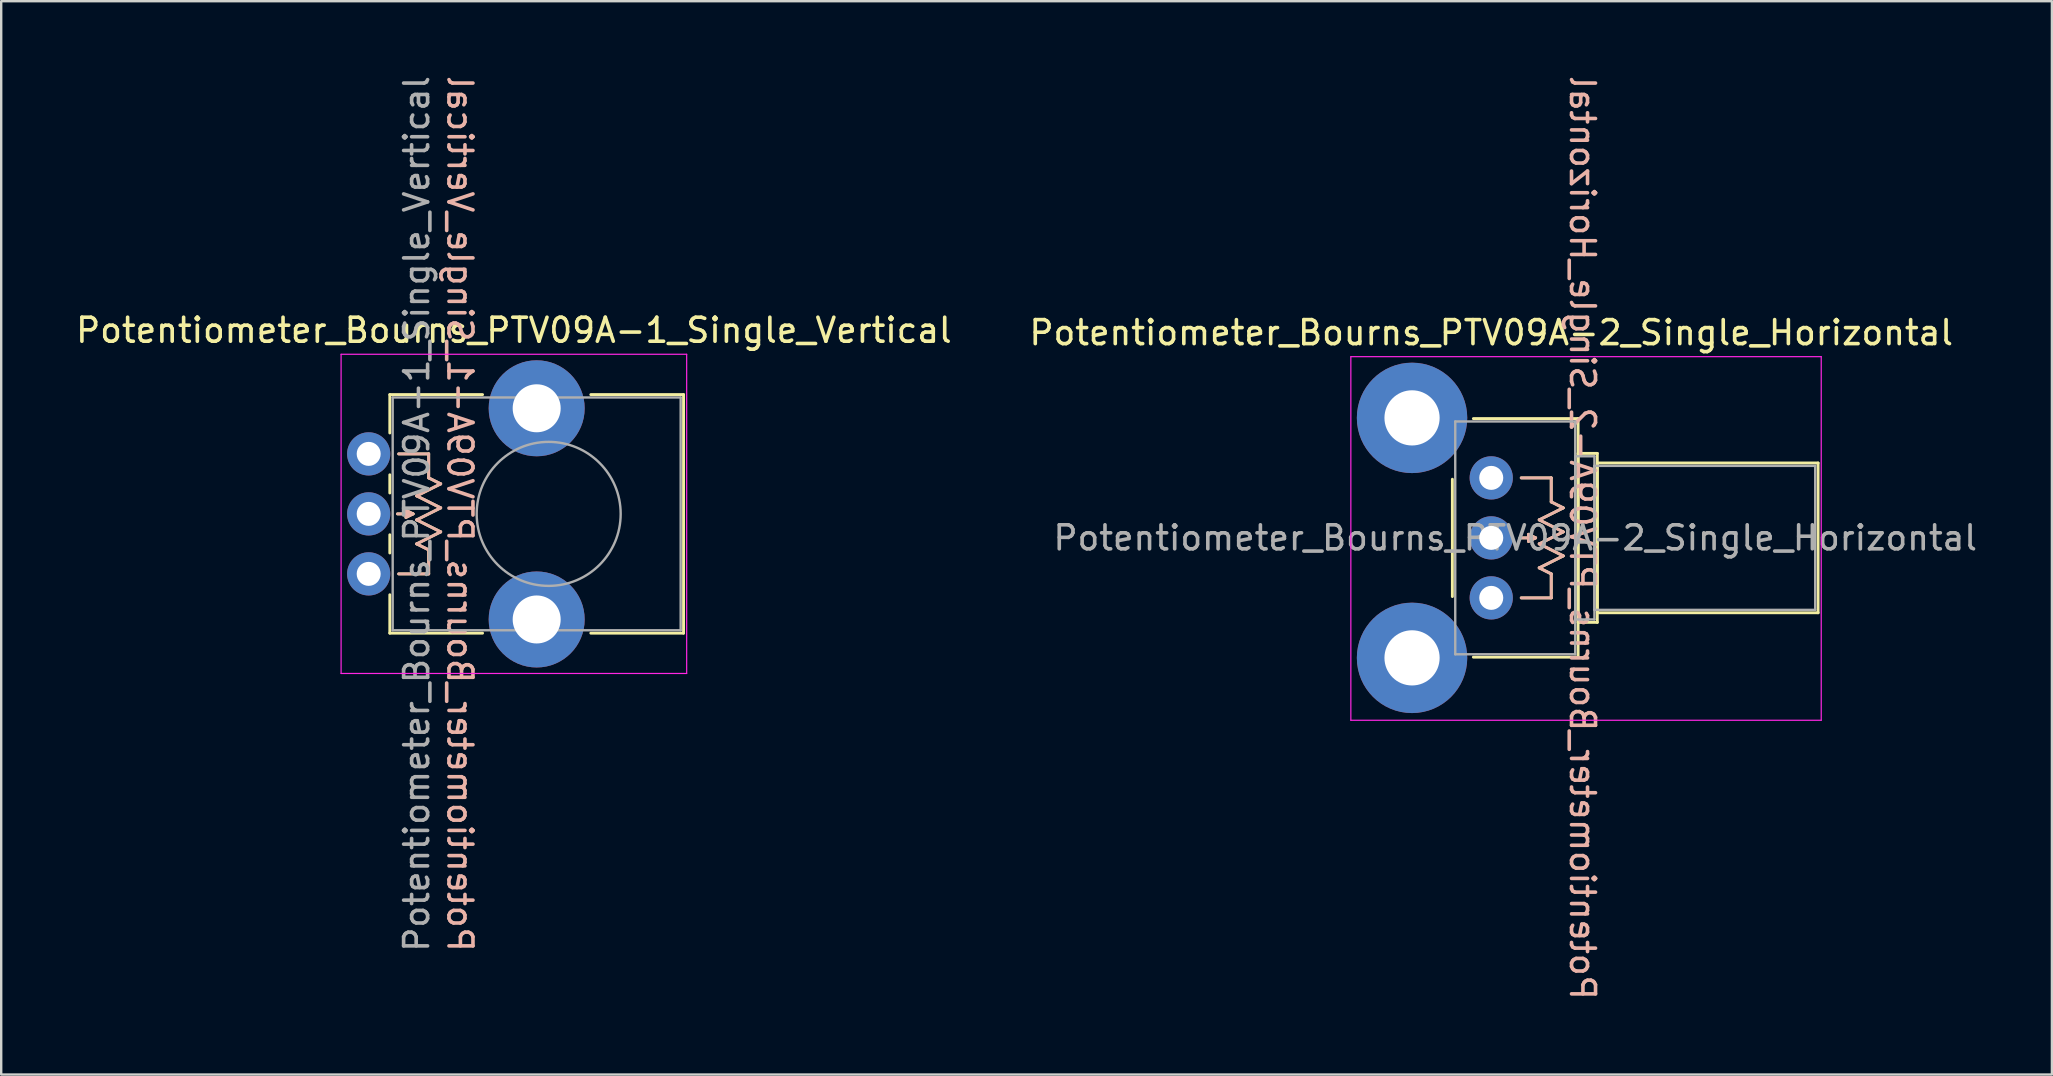
<source format=kicad_pcb>
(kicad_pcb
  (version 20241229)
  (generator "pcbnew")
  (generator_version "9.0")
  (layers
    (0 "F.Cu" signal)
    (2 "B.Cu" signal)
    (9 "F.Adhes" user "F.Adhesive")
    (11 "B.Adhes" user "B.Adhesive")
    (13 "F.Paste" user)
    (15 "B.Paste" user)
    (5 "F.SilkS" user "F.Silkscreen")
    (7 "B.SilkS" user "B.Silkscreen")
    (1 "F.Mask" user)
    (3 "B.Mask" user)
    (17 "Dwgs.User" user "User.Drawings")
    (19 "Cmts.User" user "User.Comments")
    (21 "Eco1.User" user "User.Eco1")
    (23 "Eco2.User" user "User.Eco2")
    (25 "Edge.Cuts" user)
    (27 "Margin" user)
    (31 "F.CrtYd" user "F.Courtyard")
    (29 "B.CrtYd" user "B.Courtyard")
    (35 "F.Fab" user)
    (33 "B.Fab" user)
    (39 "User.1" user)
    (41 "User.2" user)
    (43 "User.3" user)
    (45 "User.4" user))
  (footprint "Potentiometer_Bourns_PTV09A-1_Single_Vertical"
    (layer "F.Cu")
    (at 12.313 20.863)
    (property "Reference" "Potentiometer_Bourns_PTV09A-1_Single_Vertical" (at 6.05 -10.15 0) (layer "F.SilkS") (effects (font (size 1 1) (thickness 0.15))))
    (attr through_hole)
    (fp_line (start 0.88 -7.47) (end 0.88 -5.871) (stroke (width 0.12) (type solid)) (layer "F.SilkS"))
    (fp_line (start 0.88 -7.47) (end 4.745 -7.47) (stroke (width 0.12) (type solid)) (layer "F.SilkS"))
    (fp_line (start 0.88 -4.129) (end 0.88 -3.37) (stroke (width 0.12) (type solid)) (layer "F.SilkS"))
    (fp_line (start 0.88 -1.629) (end 0.88 -0.87) (stroke (width 0.12) (type solid)) (layer "F.SilkS"))
    (fp_line (start 0.88 0.87) (end 0.88 2.47) (stroke (width 0.12) (type solid)) (layer "F.SilkS"))
    (fp_line (start 0.88 2.47) (end 4.745 2.47) (stroke (width 0.12) (type solid)) (layer "F.SilkS"))
    (fp_line (start 1.85 -2.5) (end 1.2 -2.5) (stroke (width 0.12) (type solid)) (layer "F.SilkS"))
    (fp_line (start 2 -3.25) (end 3 -3.75) (stroke (width 0.12) (type solid)) (layer "F.SilkS"))
    (fp_line (start 2 -2.25) (end 3 -2.75) (stroke (width 0.12) (type solid)) (layer "F.SilkS"))
    (fp_line (start 2 -1.25) (end 3 -1.75) (stroke (width 0.12) (type solid)) (layer "F.SilkS"))
    (fp_line (start 2.5 -5) (end 1.25 -5) (stroke (width 0.12) (type solid)) (layer "F.SilkS"))
    (fp_line (start 2.5 -4) (end 2.5 -5) (stroke (width 0.12) (type solid)) (layer "F.SilkS"))
    (fp_line (start 2.5 -1) (end 2 -1.25) (stroke (width 0.12) (type solid)) (layer "F.SilkS"))
    (fp_line (start 2.5 -1) (end 2.5 0) (stroke (width 0.12) (type solid)) (layer "F.SilkS"))
    (fp_line (start 2.5 0) (end 1.25 0) (stroke (width 0.12) (type solid)) (layer "F.SilkS"))
    (fp_line (start 3 -3.75) (end 2.5 -4) (stroke (width 0.12) (type solid)) (layer "F.SilkS"))
    (fp_line (start 3 -2.75) (end 2 -3.25) (stroke (width 0.12) (type solid)) (layer "F.SilkS"))
    (fp_line (start 3 -1.75) (end 2 -2.25) (stroke (width 0.12) (type solid)) (layer "F.SilkS"))
    (fp_line (start 9.255 -7.47) (end 13.12 -7.47) (stroke (width 0.12) (type solid)) (layer "F.SilkS"))
    (fp_line (start 9.255 2.47) (end 13.12 2.47) (stroke (width 0.12) (type solid)) (layer "F.SilkS"))
    (fp_line (start 13.12 -7.47) (end 13.12 2.47) (stroke (width 0.12) (type solid)) (layer "F.SilkS"))
    (fp_poly (pts (xy 1.85 -2.5) (xy 1.55 -2.35) (xy 1.55 -2.65)) (stroke (width 0.12) (type solid)) (fill yes) (layer "F.SilkS"))
    (fp_line (start 1.2 -2.5) (end 1.85 -2.5) (stroke (width 0.12) (type solid)) (layer "B.SilkS"))
    (fp_line (start 1.25 -5) (end 2.5 -5) (stroke (width 0.12) (type solid)) (layer "B.SilkS"))
    (fp_line (start 2 -3.25) (end 3 -2.75) (stroke (width 0.12) (type solid)) (layer "B.SilkS"))
    (fp_line (start 2 -2.25) (end 3 -1.75) (stroke (width 0.12) (type solid)) (layer "B.SilkS"))
    (fp_line (start 2 -1.25) (end 2.5 -1) (stroke (width 0.12) (type solid)) (layer "B.SilkS"))
    (fp_line (start 2.5 -5) (end 2.5 -4) (stroke (width 0.12) (type solid)) (layer "B.SilkS"))
    (fp_line (start 2.5 -4) (end 3 -3.75) (stroke (width 0.12) (type solid)) (layer "B.SilkS"))
    (fp_line (start 2.5 -1) (end 2.5 0) (stroke (width 0.12) (type solid)) (layer "B.SilkS"))
    (fp_line (start 2.5 0) (end 1.25 0) (stroke (width 0.12) (type solid)) (layer "B.SilkS"))
    (fp_line (start 3 -3.75) (end 2 -3.25) (stroke (width 0.12) (type solid)) (layer "B.SilkS"))
    (fp_line (start 3 -2.75) (end 2 -2.25) (stroke (width 0.12) (type solid)) (layer "B.SilkS"))
    (fp_line (start 3 -1.75) (end 2 -1.25) (stroke (width 0.12) (type solid)) (layer "B.SilkS"))
    (fp_poly (pts (xy 1.85 -2.5) (xy 1.55 -2.35) (xy 1.55 -2.65)) (stroke (width 0.12) (type solid)) (fill yes) (layer "B.SilkS"))
    (fp_line (start -1.15 -9.15) (end -1.15 4.15) (stroke (width 0.05) (type solid)) (layer "F.CrtYd"))
    (fp_line (start -1.15 4.15) (end 13.25 4.15) (stroke (width 0.05) (type solid)) (layer "F.CrtYd"))
    (fp_line (start 13.25 -9.15) (end -1.15 -9.15) (stroke (width 0.05) (type solid)) (layer "F.CrtYd"))
    (fp_line (start 13.25 4.15) (end 13.25 -9.15) (stroke (width 0.05) (type solid)) (layer "F.CrtYd"))
    (fp_line (start 1 -7.35) (end 1 2.35) (stroke (width 0.1) (type solid)) (layer "F.Fab"))
    (fp_line (start 1 2.35) (end 13 2.35) (stroke (width 0.1) (type solid)) (layer "F.Fab"))
    (fp_line (start 13 -7.35) (end 1 -7.35) (stroke (width 0.1) (type solid)) (layer "F.Fab"))
    (fp_line (start 13 2.35) (end 13 -7.35) (stroke (width 0.1) (type solid)) (layer "F.Fab"))
    (fp_circle (center 7.5 -2.5) (end 10.5 -2.5) (stroke (width 0.1) (type solid)) (fill no) (layer "F.Fab"))
    (fp_text user "${REFERENCE}" (at 3.8 -2.5 270) (unlocked yes) (layer "B.SilkS") (effects (font (size 1 1) (thickness 0.15)) (justify mirror)))
    (fp_text user "${REFERENCE}" (at 2 -2.5 90) (layer "F.Fab") (effects (font (size 1 1) (thickness 0.15))))
    (pad "" np_thru_hole circle (at 7 -6.9) (size 4 4) (drill 2) (layers "*.Cu" "*.Mask"))
    (pad "" np_thru_hole circle (at 7 1.9) (size 4 4) (drill 2) (layers "*.Cu" "*.Mask"))
    (pad "1" thru_hole circle (at 0 0) (size 1.8 1.8) (drill 1) (layers "*.Cu" "*.Mask"))
    (pad "2" thru_hole circle (at 0 -2.5) (size 1.8 1.8) (drill 1) (layers "*.Cu" "*.Mask"))
    (pad "3" thru_hole circle (at 0 -5) (size 1.8 1.8) (drill 1) (layers "*.Cu" "*.Mask")))
  (footprint "Potentiometer_Bourns_PTV09A-2_Single_Horizontal"
    (layer "F.Cu")
    (at 59.089 21.863)
    (property "Reference" "Potentiometer_Bourns_PTV09A-2_Single_Horizontal" (at 0 -11.05 0) (layer "F.SilkS") (effects (font (size 1 1) (thickness 0.15))))
    (attr through_hole)
    (fp_line (start -1.62 -4.944) (end -1.62 -0.055) (stroke (width 0.12) (type solid)) (layer "F.SilkS"))
    (fp_line (start -0.745 -7.47) (end 3.62 -7.47) (stroke (width 0.12) (type solid)) (layer "F.SilkS"))
    (fp_line (start -0.745 2.47) (end 3.62 2.47) (stroke (width 0.12) (type solid)) (layer "F.SilkS"))
    (fp_line (start 1.85 -2.5) (end 1.2 -2.5) (stroke (width 0.12) (type solid)) (layer "F.SilkS"))
    (fp_line (start 2 -3.25) (end 3 -3.75) (stroke (width 0.12) (type solid)) (layer "F.SilkS"))
    (fp_line (start 2 -2.25) (end 3 -2.75) (stroke (width 0.12) (type solid)) (layer "F.SilkS"))
    (fp_line (start 2 -1.25) (end 3 -1.75) (stroke (width 0.12) (type solid)) (layer "F.SilkS"))
    (fp_line (start 2.5 -5) (end 1.25 -5) (stroke (width 0.12) (type solid)) (layer "F.SilkS"))
    (fp_line (start 2.5 -4) (end 2.5 -5) (stroke (width 0.12) (type solid)) (layer "F.SilkS"))
    (fp_line (start 2.5 -1) (end 2 -1.25) (stroke (width 0.12) (type solid)) (layer "F.SilkS"))
    (fp_line (start 2.5 -1) (end 2.5 0) (stroke (width 0.12) (type solid)) (layer "F.SilkS"))
    (fp_line (start 2.5 0) (end 1.25 0) (stroke (width 0.12) (type solid)) (layer "F.SilkS"))
    (fp_line (start 3 -3.75) (end 2.5 -4) (stroke (width 0.12) (type solid)) (layer "F.SilkS"))
    (fp_line (start 3 -2.75) (end 2 -3.25) (stroke (width 0.12) (type solid)) (layer "F.SilkS"))
    (fp_line (start 3 -1.75) (end 2 -2.25) (stroke (width 0.12) (type solid)) (layer "F.SilkS"))
    (fp_line (start 3.62 -7.47) (end 3.62 2.47) (stroke (width 0.12) (type solid)) (layer "F.SilkS"))
    (fp_line (start 3.62 -6.02) (end 3.62 1.02) (stroke (width 0.12) (type solid)) (layer "F.SilkS"))
    (fp_line (start 3.62 -6.02) (end 4.42 -6.02) (stroke (width 0.12) (type solid)) (layer "F.SilkS"))
    (fp_line (start 3.62 1.02) (end 4.42 1.02) (stroke (width 0.12) (type solid)) (layer "F.SilkS"))
    (fp_line (start 4.42 -6.02) (end 4.42 1.02) (stroke (width 0.12) (type solid)) (layer "F.SilkS"))
    (fp_line (start 4.42 -5.62) (end 4.42 0.62) (stroke (width 0.12) (type solid)) (layer "F.SilkS"))
    (fp_line (start 4.42 -5.62) (end 13.62 -5.62) (stroke (width 0.12) (type solid)) (layer "F.SilkS"))
    (fp_line (start 4.42 0.62) (end 13.62 0.62) (stroke (width 0.12) (type solid)) (layer "F.SilkS"))
    (fp_line (start 13.62 -5.62) (end 13.62 0.62) (stroke (width 0.12) (type solid)) (layer "F.SilkS"))
    (fp_poly (pts (xy 1.85 -2.5) (xy 1.55 -2.35) (xy 1.55 -2.65)) (stroke (width 0.12) (type solid)) (fill yes) (layer "F.SilkS"))
    (fp_line (start 1.2 -2.5) (end 1.85 -2.5) (stroke (width 0.12) (type solid)) (layer "B.SilkS"))
    (fp_line (start 1.25 -5) (end 2.5 -5) (stroke (width 0.12) (type solid)) (layer "B.SilkS"))
    (fp_line (start 2 -3.25) (end 3 -2.75) (stroke (width 0.12) (type solid)) (layer "B.SilkS"))
    (fp_line (start 2 -2.25) (end 3 -1.75) (stroke (width 0.12) (type solid)) (layer "B.SilkS"))
    (fp_line (start 2 -1.25) (end 2.5 -1) (stroke (width 0.12) (type solid)) (layer "B.SilkS"))
    (fp_line (start 2.5 -5) (end 2.5 -4) (stroke (width 0.12) (type solid)) (layer "B.SilkS"))
    (fp_line (start 2.5 -4) (end 3 -3.75) (stroke (width 0.12) (type solid)) (layer "B.SilkS"))
    (fp_line (start 2.5 -1) (end 2.5 0) (stroke (width 0.12) (type solid)) (layer "B.SilkS"))
    (fp_line (start 2.5 0) (end 1.25 0) (stroke (width 0.12) (type solid)) (layer "B.SilkS"))
    (fp_line (start 3 -3.75) (end 2 -3.25) (stroke (width 0.12) (type solid)) (layer "B.SilkS"))
    (fp_line (start 3 -2.75) (end 2 -2.25) (stroke (width 0.12) (type solid)) (layer "B.SilkS"))
    (fp_line (start 3 -1.75) (end 2 -1.25) (stroke (width 0.12) (type solid)) (layer "B.SilkS"))
    (fp_poly (pts (xy 1.85 -2.5) (xy 1.55 -2.35) (xy 1.55 -2.65)) (stroke (width 0.12) (type solid)) (fill yes) (layer "B.SilkS"))
    (fp_line (start -5.85 -10.05) (end -5.85 5.1) (stroke (width 0.05) (type solid)) (layer "F.CrtYd"))
    (fp_line (start -5.85 5.1) (end 13.75 5.1) (stroke (width 0.05) (type solid)) (layer "F.CrtYd"))
    (fp_line (start 13.75 -10.05) (end -5.85 -10.05) (stroke (width 0.05) (type solid)) (layer "F.CrtYd"))
    (fp_line (start 13.75 5.1) (end 13.75 -10.05) (stroke (width 0.05) (type solid)) (layer "F.CrtYd"))
    (fp_line (start -1.5 -7.35) (end -1.5 2.35) (stroke (width 0.1) (type solid)) (layer "F.Fab"))
    (fp_line (start -1.5 2.35) (end 3.5 2.35) (stroke (width 0.1) (type solid)) (layer "F.Fab"))
    (fp_line (start 3.5 -7.35) (end -1.5 -7.35) (stroke (width 0.1) (type solid)) (layer "F.Fab"))
    (fp_line (start 3.5 -5.9) (end 3.5 0.9) (stroke (width 0.1) (type solid)) (layer "F.Fab"))
    (fp_line (start 3.5 0.9) (end 4.3 0.9) (stroke (width 0.1) (type solid)) (layer "F.Fab"))
    (fp_line (start 3.5 2.35) (end 3.5 -7.35) (stroke (width 0.1) (type solid)) (layer "F.Fab"))
    (fp_line (start 4.3 -5.9) (end 3.5 -5.9) (stroke (width 0.1) (type solid)) (layer "F.Fab"))
    (fp_line (start 4.3 -5.5) (end 4.3 0.5) (stroke (width 0.1) (type solid)) (layer "F.Fab"))
    (fp_line (start 4.3 0.5) (end 13.5 0.5) (stroke (width 0.1) (type solid)) (layer "F.Fab"))
    (fp_line (start 4.3 0.9) (end 4.3 -5.9) (stroke (width 0.1) (type solid)) (layer "F.Fab"))
    (fp_line (start 13.5 -5.5) (end 4.3 -5.5) (stroke (width 0.1) (type solid)) (layer "F.Fab"))
    (fp_line (start 13.5 0.5) (end 13.5 -5.5) (stroke (width 0.1) (type solid)) (layer "F.Fab"))
    (fp_text user "${REFERENCE}" (at 3.8 -2.5 270) (unlocked yes) (layer "B.SilkS") (effects (font (size 1 1) (thickness 0.15)) (justify mirror)))
    (fp_text user "${REFERENCE}" (at 1 -2.5 0) (layer "F.Fab") (effects (font (size 1 1) (thickness 0.15))))
    (pad "" thru_hole circle (at -3.3 -7.5) (size 4.6 4.6) (drill 2.3) (layers "*.Cu" "*.Mask"))
    (pad "" thru_hole circle (at -3.3 2.5) (size 4.6 4.6) (drill 2.3) (layers "*.Cu" "*.Mask"))
    (pad "1" thru_hole circle (at 0 0) (size 1.8 1.8) (drill 1) (layers "*.Cu" "*.Mask"))
    (pad "2" thru_hole circle (at 0 -2.5) (size 1.8 1.8) (drill 1) (layers "*.Cu" "*.Mask"))
    (pad "3" thru_hole circle (at 0 -5) (size 1.8 1.8) (drill 1) (layers "*.Cu" "*.Mask")))
  (gr_rect
    (start -3 -3)
    (end 82.452 41.726)
    (stroke (width 0.1) (type default))
    (fill no)
    (layer "Edge.Cuts")))
</source>
